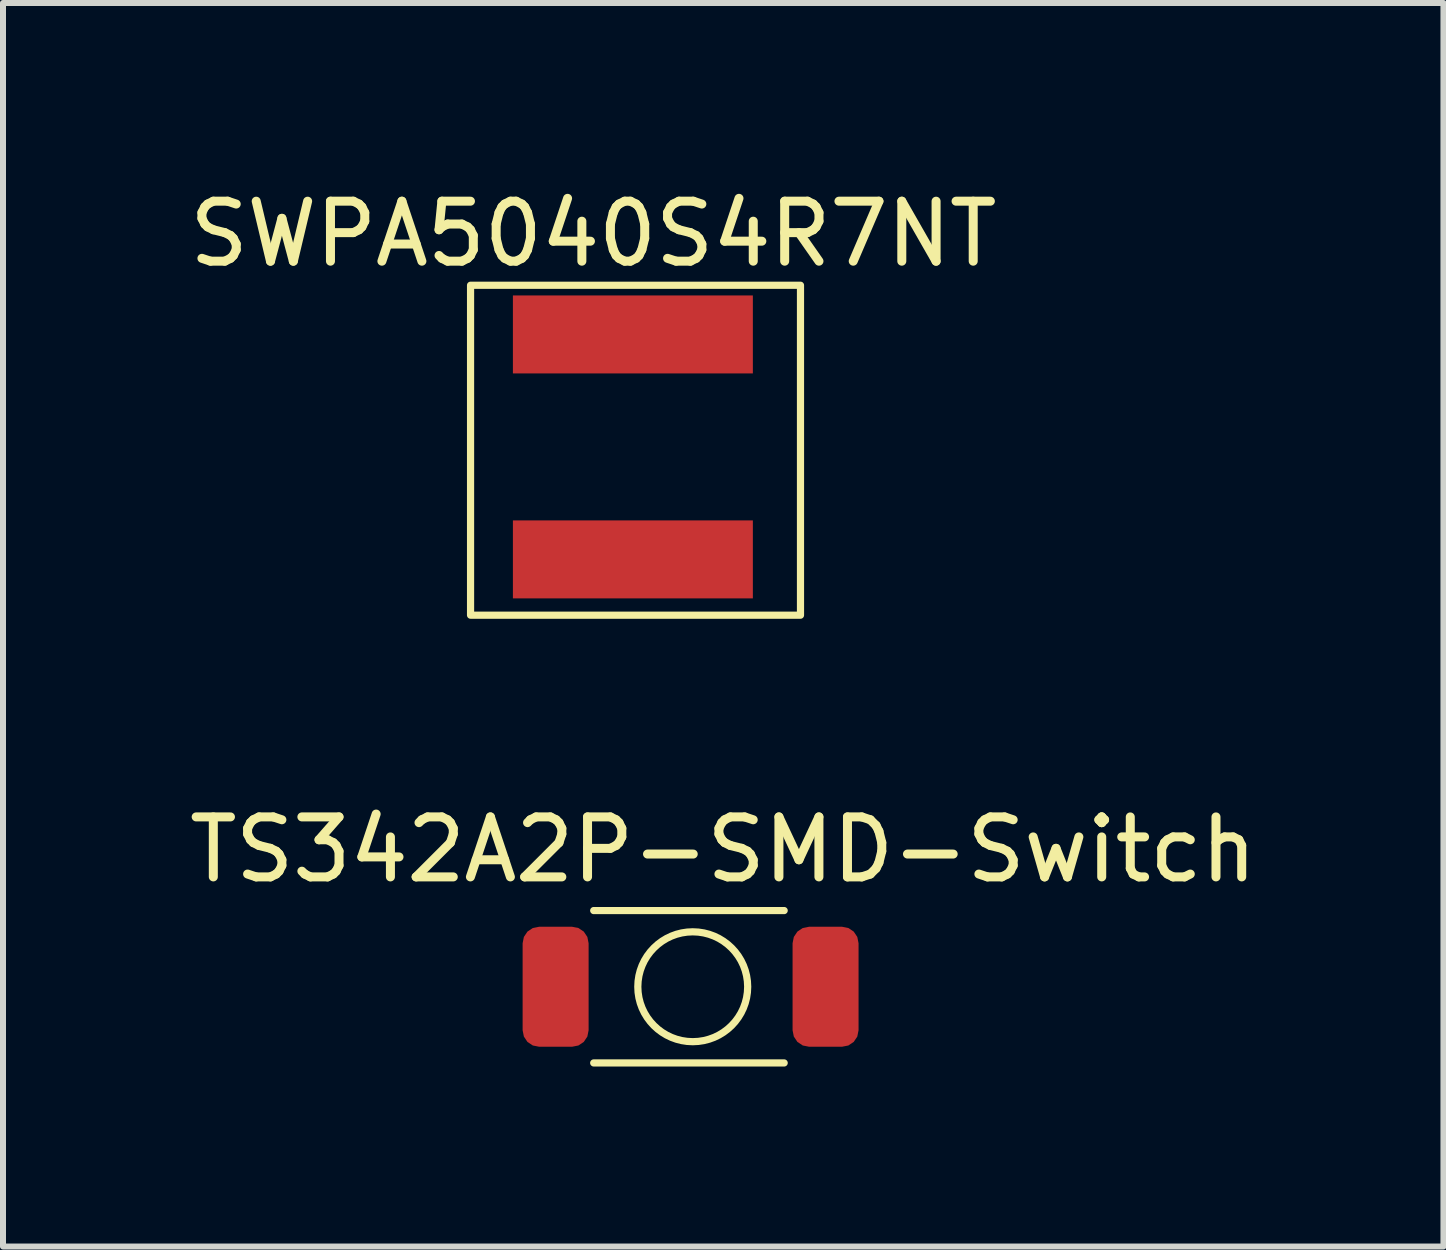
<source format=kicad_pcb>
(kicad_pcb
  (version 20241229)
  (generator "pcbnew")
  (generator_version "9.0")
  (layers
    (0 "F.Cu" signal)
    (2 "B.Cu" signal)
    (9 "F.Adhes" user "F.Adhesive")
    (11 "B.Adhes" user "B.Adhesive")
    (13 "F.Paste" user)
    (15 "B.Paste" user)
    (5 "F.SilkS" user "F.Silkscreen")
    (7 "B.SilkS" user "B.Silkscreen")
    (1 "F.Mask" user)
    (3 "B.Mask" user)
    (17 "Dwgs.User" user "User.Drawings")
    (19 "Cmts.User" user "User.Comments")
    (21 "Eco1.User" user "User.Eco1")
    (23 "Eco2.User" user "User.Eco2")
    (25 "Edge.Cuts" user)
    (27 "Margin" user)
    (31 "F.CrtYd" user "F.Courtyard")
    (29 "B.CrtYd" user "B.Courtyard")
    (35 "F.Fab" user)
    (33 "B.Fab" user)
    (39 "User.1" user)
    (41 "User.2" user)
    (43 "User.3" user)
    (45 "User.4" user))
  (footprint "SWPA5040S4R7NT"
    (layer "F.Cu")
    (at 7.5 2.525)
    (property "Reference" "SWPA5040S4R7NT" (at -0.66 -1.676 0) (unlocked yes) (layer "F.SilkS") (effects (font (size 1 1) (thickness 0.15))))
    (attr smd)
    (fp_rect (start -2.706 -0.82) (end 2.794 4.68) (stroke (width 0.12) (type solid)) (fill no) (layer "F.SilkS"))
    (pad "1" smd rect (at 0 0) (size 4 1.3) (layers "F.Cu" "F.Mask" "F.Paste"))
    (pad "2" smd rect (at 0 3.75) (size 4 1.3) (layers "F.Cu" "F.Mask" "F.Paste")))
  (footprint "TS342A2P-SMD-Switch"
    (layer "F.Cu")
    (at 6.212 13.399)
    (property "Reference" "TS342A2P-SMD-Switch" (at 2.794 -2.286 0) (unlocked yes) (layer "F.SilkS") (effects (font (size 1 1) (thickness 0.15))))
    (attr smd)
    (fp_line (start 0.635 -1.27) (end 3.81 -1.27) (stroke (width 0.12) (type solid)) (layer "F.SilkS"))
    (fp_line (start 0.635 1.27) (end 3.81 1.27) (stroke (width 0.12) (type solid)) (layer "F.SilkS"))
    (fp_circle (center 2.286 0) (end 3.048 0.508) (stroke (width 0.12) (type solid)) (fill no) (layer "F.SilkS"))
    (pad "1" smd roundrect (at 0 0) (size 1.1 2) (layers "F.Cu" "F.Mask" "F.Paste") (roundrect_rratio 0.25))
    (pad "2" smd roundrect (at 4.5 0) (size 1.1 2) (layers "F.Cu" "F.Mask" "F.Paste") (roundrect_rratio 0.25)))
  (gr_rect
    (start -3 -3)
    (end 21.012 17.729)
    (stroke (width 0.1) (type default))
    (fill no)
    (layer "Edge.Cuts")))
</source>
